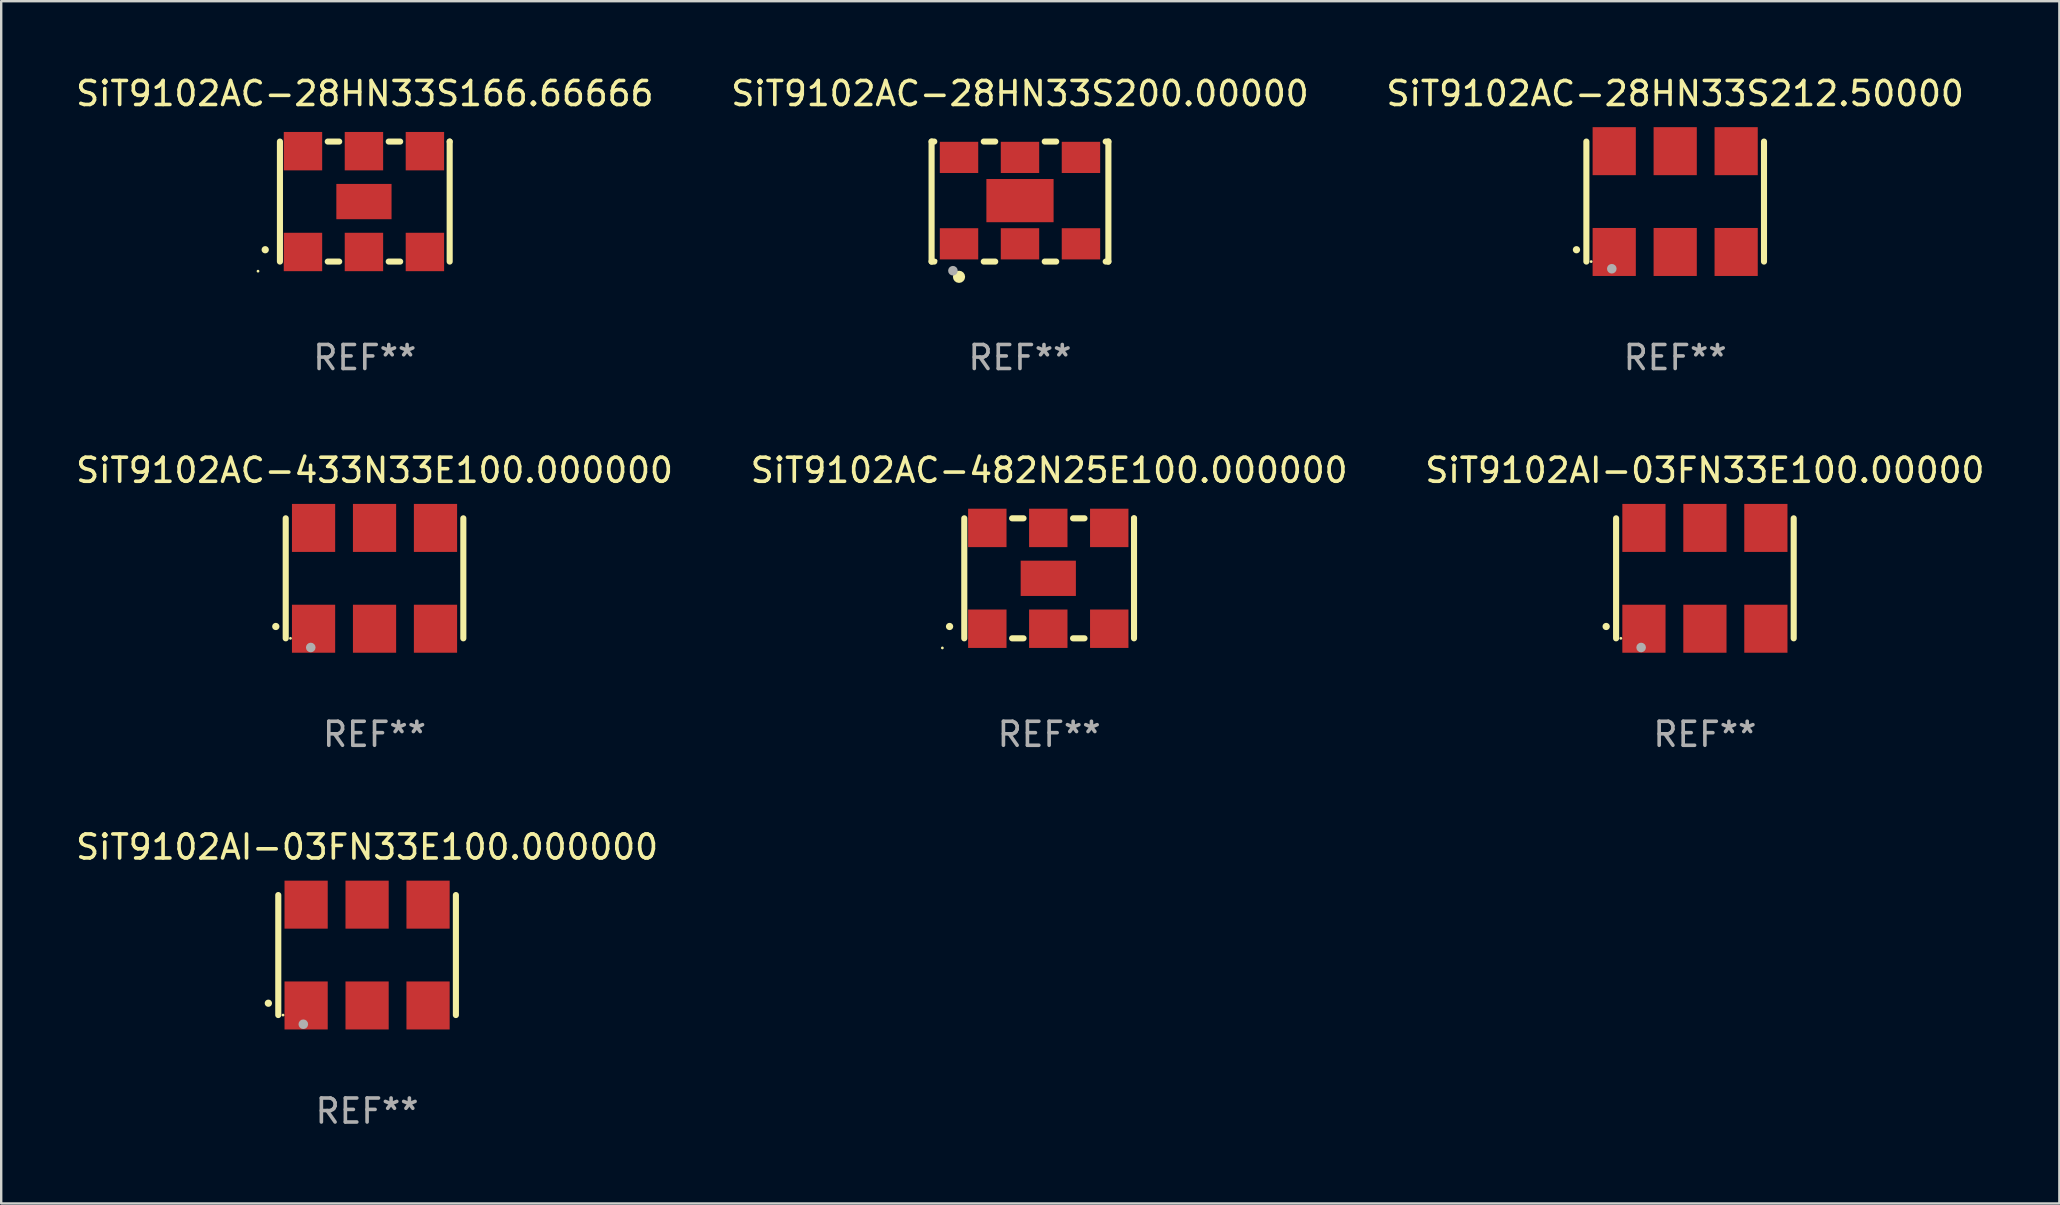
<source format=kicad_pcb>
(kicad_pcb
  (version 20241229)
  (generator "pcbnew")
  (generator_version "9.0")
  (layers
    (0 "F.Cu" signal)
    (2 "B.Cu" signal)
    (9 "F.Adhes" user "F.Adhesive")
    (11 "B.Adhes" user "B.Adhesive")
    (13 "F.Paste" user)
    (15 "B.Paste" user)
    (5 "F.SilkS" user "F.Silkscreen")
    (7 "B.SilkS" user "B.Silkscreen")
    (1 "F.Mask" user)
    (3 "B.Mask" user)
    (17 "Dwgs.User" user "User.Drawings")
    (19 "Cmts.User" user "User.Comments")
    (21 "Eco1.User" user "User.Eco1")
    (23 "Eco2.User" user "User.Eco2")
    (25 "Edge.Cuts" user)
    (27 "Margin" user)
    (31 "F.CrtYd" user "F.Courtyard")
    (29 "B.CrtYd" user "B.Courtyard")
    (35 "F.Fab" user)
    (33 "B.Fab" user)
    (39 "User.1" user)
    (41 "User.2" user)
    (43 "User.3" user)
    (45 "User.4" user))
  (footprint "SiT9102AC-28HN33S212.50000"
    (layer "F.Cu")
    (at 66.744 5.348)
    (property "Reference" "SiT9102AC-28HN33S212.50000" (at 0 -4.5 0) (layer "F.SilkS") (effects (font (size 1 1) (thickness 0.15))))
    (attr through_hole)
    (fp_line (start -3.7 -2.5) (end -3.7 2.5) (stroke (width 0.254) (type solid)) (layer "F.SilkS"))
    (fp_line (start 3.7 -2.5) (end 3.7 2.5) (stroke (width 0.254) (type solid)) (layer "F.SilkS"))
    (fp_arc (start -4.114415 2.006604) (mid -4.113145 2.006599) (end -4.111875 2.006604) (stroke (width 0.3) (type solid)) (layer "F.SilkS"))
    (fp_circle (center -3.5 2.501) (end -3.47 2.501) (stroke (width 0.06) (type solid)) (fill no) (layer "F.SilkS"))
    (fp_circle (center -2.641 2.799) (end -2.541 2.799) (stroke (width 0.2) (type solid)) (fill no) (layer "F.Fab"))
    (fp_text user "REF**" (at 0 6.5 0) (layer "F.Fab") (effects (font (size 1 1) (thickness 0.15))))
    (pad "1" smd rect (at -2.54 2.1) (size 1.8 2) (layers "F.Cu" "F.Mask" "F.Paste"))
    (pad "2" smd rect (at 0.000394 2.1) (size 1.8 2) (layers "F.Cu" "F.Mask" "F.Paste"))
    (pad "3" smd rect (at 2.54 2.1) (size 1.8 2) (layers "F.Cu" "F.Mask" "F.Paste"))
    (pad "4" smd rect (at 2.54 -2.1) (size 1.8 2) (layers "F.Cu" "F.Mask" "F.Paste"))
    (pad "5" smd rect (at 0.000394 -2.1) (size 1.8 2) (layers "F.Cu" "F.Mask" "F.Paste"))
    (pad "6" smd rect (at -2.54 -2.1) (size 1.8 2) (layers "F.Cu" "F.Mask" "F.Paste")))
  (footprint "SiT9102AI-03FN33E100.000000"
    (layer "F.Cu")
    (at 12.244 36.741)
    (property "Reference" "SiT9102AI-03FN33E100.000000" (at 0 -4.5 0) (layer "F.SilkS") (effects (font (size 1 1) (thickness 0.15))))
    (attr through_hole)
    (fp_line (start -3.7 -2.5) (end -3.7 2.5) (stroke (width 0.254) (type solid)) (layer "F.SilkS"))
    (fp_line (start 3.7 -2.5) (end 3.7 2.5) (stroke (width 0.254) (type solid)) (layer "F.SilkS"))
    (fp_arc (start -4.114415 2.006604) (mid -4.113145 2.006599) (end -4.111875 2.006604) (stroke (width 0.3) (type solid)) (layer "F.SilkS"))
    (fp_circle (center -3.502 2.5) (end -3.472 2.5) (stroke (width 0.06) (type solid)) (fill no) (layer "F.SilkS"))
    (fp_circle (center -2.657 2.882) (end -2.557 2.882) (stroke (width 0.2) (type solid)) (fill no) (layer "F.Fab"))
    (fp_text user "REF**" (at 0 6.5 0) (layer "F.Fab") (effects (font (size 1 1) (thickness 0.15))))
    (pad "1" smd rect (at -2.54 2.1) (size 1.8 2) (layers "F.Cu" "F.Mask" "F.Paste"))
    (pad "2" smd rect (at 0.000394 2.1) (size 1.8 2) (layers "F.Cu" "F.Mask" "F.Paste"))
    (pad "3" smd rect (at 2.54 2.1) (size 1.8 2) (layers "F.Cu" "F.Mask" "F.Paste"))
    (pad "4" smd rect (at 2.54 -2.1) (size 1.8 2) (layers "F.Cu" "F.Mask" "F.Paste"))
    (pad "5" smd rect (at 0.000394 -2.1) (size 1.8 2) (layers "F.Cu" "F.Mask" "F.Paste"))
    (pad "6" smd rect (at -2.54 -2.1) (size 1.8 2) (layers "F.Cu" "F.Mask" "F.Paste")))
  (footprint "SiT9102AC-28HN33S200.00000"
    (layer "F.Cu")
    (at 39.446 5.348)
    (property "Reference" "SiT9102AC-28HN33S200.00000" (at 0 -4.5 0) (layer "F.SilkS") (effects (font (size 1 1) (thickness 0.15))))
    (attr through_hole)
    (fp_line (start -3.683 -2.5) (end -3.571 -2.5) (stroke (width 0.254) (type solid)) (layer "F.SilkS"))
    (fp_line (start -3.683 2.5) (end -3.683 -2.5) (stroke (width 0.254) (type solid)) (layer "F.SilkS"))
    (fp_line (start -3.683 2.5) (end -3.571 2.5) (stroke (width 0.254) (type solid)) (layer "F.SilkS"))
    (fp_line (start -1.509 -2.5) (end -1.031 -2.5) (stroke (width 0.254) (type solid)) (layer "F.SilkS"))
    (fp_line (start -1.509 2.5) (end -1.031 2.5) (stroke (width 0.254) (type solid)) (layer "F.SilkS"))
    (fp_line (start 1.031 -2.5) (end 1.509 -2.5) (stroke (width 0.254) (type solid)) (layer "F.SilkS"))
    (fp_line (start 1.031 2.5) (end 1.509 2.5) (stroke (width 0.254) (type solid)) (layer "F.SilkS"))
    (fp_line (start 3.571 -2.5) (end 3.683 -2.5) (stroke (width 0.254) (type solid)) (layer "F.SilkS"))
    (fp_line (start 3.571 2.5) (end 3.683 2.5) (stroke (width 0.254) (type solid)) (layer "F.SilkS"))
    (fp_line (start 3.683 2.5) (end 3.683 -2.5) (stroke (width 0.254) (type solid)) (layer "F.SilkS"))
    (fp_circle (center -3.5 2.46) (end -3.47 2.46) (stroke (width 0.06) (type solid)) (fill no) (layer "F.SilkS"))
    (fp_circle (center -2.54 3.135) (end -2.413 3.135) (stroke (width 0.254) (type solid)) (fill no) (layer "F.SilkS"))
    (fp_circle (center -2.794 2.881) (end -2.694 2.881) (stroke (width 0.2) (type solid)) (fill no) (layer "F.Fab"))
    (fp_text user "REF**" (at 0 6.5 0) (layer "F.Fab") (effects (font (size 1 1) (thickness 0.15))))
    (pad "1" smd rect (at -2.54 1.76) (size 1.6 1.3) (layers "F.Cu" "F.Mask" "F.Paste"))
    (pad "2" smd rect (at 0 1.76) (size 1.6 1.3) (layers "F.Cu" "F.Mask" "F.Paste"))
    (pad "3" smd rect (at 2.54 1.76) (size 1.6 1.3) (layers "F.Cu" "F.Mask" "F.Paste"))
    (pad "4" smd rect (at 2.54 -1.84) (size 1.6 1.3) (layers "F.Cu" "F.Mask" "F.Paste"))
    (pad "5" smd rect (at 0 -1.84) (size 1.6 1.3) (layers "F.Cu" "F.Mask" "F.Paste"))
    (pad "6" smd rect (at -2.54 -1.84) (size 1.6 1.3) (layers "F.Cu" "F.Mask" "F.Paste"))
    (pad "7" smd rect (at 0 -0.04) (size 2.8 1.8) (layers "F.Cu" "F.Mask" "F.Paste")))
  (footprint "SiT9102AI-03FN33E100.00000"
    (layer "F.Cu")
    (at 67.982 21.045)
    (property "Reference" "SiT9102AI-03FN33E100.00000" (at 0 -4.5 0) (layer "F.SilkS") (effects (font (size 1 1) (thickness 0.15))))
    (attr through_hole)
    (fp_line (start -3.7 -2.5) (end -3.7 2.5) (stroke (width 0.254) (type solid)) (layer "F.SilkS"))
    (fp_line (start 3.7 -2.5) (end 3.7 2.5) (stroke (width 0.254) (type solid)) (layer "F.SilkS"))
    (fp_arc (start -4.114415 2.006604) (mid -4.113145 2.006599) (end -4.111875 2.006604) (stroke (width 0.3) (type solid)) (layer "F.SilkS"))
    (fp_circle (center -3.502 2.5) (end -3.472 2.5) (stroke (width 0.06) (type solid)) (fill no) (layer "F.SilkS"))
    (fp_circle (center -2.657 2.882) (end -2.557 2.882) (stroke (width 0.2) (type solid)) (fill no) (layer "F.Fab"))
    (fp_text user "REF**" (at 0 6.5 0) (layer "F.Fab") (effects (font (size 1 1) (thickness 0.15))))
    (pad "1" smd rect (at -2.54 2.1) (size 1.8 2) (layers "F.Cu" "F.Mask" "F.Paste"))
    (pad "2" smd rect (at 0.000394 2.1) (size 1.8 2) (layers "F.Cu" "F.Mask" "F.Paste"))
    (pad "3" smd rect (at 2.54 2.1) (size 1.8 2) (layers "F.Cu" "F.Mask" "F.Paste"))
    (pad "4" smd rect (at 2.54 -2.1) (size 1.8 2) (layers "F.Cu" "F.Mask" "F.Paste"))
    (pad "5" smd rect (at 0.000394 -2.1) (size 1.8 2) (layers "F.Cu" "F.Mask" "F.Paste"))
    (pad "6" smd rect (at -2.54 -2.1) (size 1.8 2) (layers "F.Cu" "F.Mask" "F.Paste")))
  (footprint "SiT9102AC-433N33E100.000000"
    (layer "F.Cu")
    (at 12.554 21.045)
    (property "Reference" "SiT9102AC-433N33E100.000000" (at 0 -4.5 0) (layer "F.SilkS") (effects (font (size 1 1) (thickness 0.15))))
    (attr through_hole)
    (fp_line (start -3.7 -2.5) (end -3.7 2.5) (stroke (width 0.254) (type solid)) (layer "F.SilkS"))
    (fp_line (start 3.7 -2.5) (end 3.7 2.5) (stroke (width 0.254) (type solid)) (layer "F.SilkS"))
    (fp_arc (start -4.114415 2.006604) (mid -4.113145 2.006599) (end -4.111875 2.006604) (stroke (width 0.3) (type solid)) (layer "F.SilkS"))
    (fp_circle (center -3.502 2.5) (end -3.472 2.5) (stroke (width 0.06) (type solid)) (fill no) (layer "F.SilkS"))
    (fp_circle (center -2.657 2.882) (end -2.557 2.882) (stroke (width 0.2) (type solid)) (fill no) (layer "F.Fab"))
    (fp_text user "REF**" (at 0 6.5 0) (layer "F.Fab") (effects (font (size 1 1) (thickness 0.15))))
    (pad "1" smd rect (at -2.54 2.1) (size 1.8 2) (layers "F.Cu" "F.Mask" "F.Paste"))
    (pad "2" smd rect (at 0.000394 2.1) (size 1.8 2) (layers "F.Cu" "F.Mask" "F.Paste"))
    (pad "3" smd rect (at 2.54 2.1) (size 1.8 2) (layers "F.Cu" "F.Mask" "F.Paste"))
    (pad "4" smd rect (at 2.54 -2.1) (size 1.8 2) (layers "F.Cu" "F.Mask" "F.Paste"))
    (pad "5" smd rect (at 0.000394 -2.1) (size 1.8 2) (layers "F.Cu" "F.Mask" "F.Paste"))
    (pad "6" smd rect (at -2.54 -2.1) (size 1.8 2) (layers "F.Cu" "F.Mask" "F.Paste")))
  (footprint "SiT9102AC-482N25E100.000000"
    (layer "F.Cu")
    (at 40.661 21.045)
    (property "Reference" "SiT9102AC-482N25E100.000000" (at 0 -4.5 0) (layer "F.SilkS") (effects (font (size 1 1) (thickness 0.15))))
    (attr through_hole)
    (fp_line (start -3.536 -2.5) (end -3.536 2.5) (stroke (width 0.254) (type solid)) (layer "F.SilkS"))
    (fp_line (start -1.544 2.5) (end -1.067 2.5) (stroke (width 0.254) (type solid)) (layer "F.SilkS"))
    (fp_line (start -1.067 -2.5) (end -1.544 -2.5) (stroke (width 0.254) (type solid)) (layer "F.SilkS"))
    (fp_line (start 0.996 2.5) (end 1.473 2.5) (stroke (width 0.254) (type solid)) (layer "F.SilkS"))
    (fp_line (start 1.473 -2.5) (end 0.996 -2.5) (stroke (width 0.254) (type solid)) (layer "F.SilkS"))
    (fp_line (start 3.536 -2.5) (end 3.536 -2.5) (stroke (width 0.254) (type solid)) (layer "F.SilkS"))
    (fp_line (start 3.536 2.5) (end 3.536 -2.5) (stroke (width 0.254) (type solid)) (layer "F.SilkS"))
    (fp_arc (start -4.150432 2.006604) (mid -4.149162 2.006599) (end -4.147892 2.006604) (stroke (width 0.3) (type solid)) (layer "F.SilkS"))
    (fp_circle (center -4.449 2.9) (end -4.419 2.9) (stroke (width 0.06) (type solid)) (fill no) (layer "F.SilkS"))
    (fp_text user "REF**" (at 0 6.5 0) (layer "F.Fab") (effects (font (size 1 1) (thickness 0.15))))
    (pad "1" smd rect (at -2.576 2.1) (size 1.6 1.6) (layers "F.Cu" "F.Mask" "F.Paste"))
    (pad "2" smd rect (at -0.036 2.1) (size 1.6 1.6) (layers "F.Cu" "F.Mask" "F.Paste"))
    (pad "3" smd rect (at 2.504 2.1) (size 1.6 1.6) (layers "F.Cu" "F.Mask" "F.Paste"))
    (pad "4" smd rect (at 2.504 -2.1) (size 1.6 1.6) (layers "F.Cu" "F.Mask" "F.Paste"))
    (pad "5" smd rect (at -0.036 -2.1) (size 1.6 1.6) (layers "F.Cu" "F.Mask" "F.Paste"))
    (pad "6" smd rect (at -2.576 -2.1) (size 1.6 1.6) (layers "F.Cu" "F.Mask" "F.Paste"))
    (pad "7" smd rect (at -0.036 0) (size 2.3 1.47) (layers "F.Cu" "F.Mask" "F.Paste")))
  (footprint "SiT9102AC-28HN33S166.66666"
    (layer "F.Cu")
    (at 12.149 5.348)
    (property "Reference" "SiT9102AC-28HN33S166.66666" (at 0 -4.5 0) (layer "F.SilkS") (effects (font (size 1 1) (thickness 0.15))))
    (attr through_hole)
    (fp_line (start -3.536 -2.5) (end -3.536 2.5) (stroke (width 0.254) (type solid)) (layer "F.SilkS"))
    (fp_line (start -1.544 2.5) (end -1.067 2.5) (stroke (width 0.254) (type solid)) (layer "F.SilkS"))
    (fp_line (start -1.067 -2.5) (end -1.544 -2.5) (stroke (width 0.254) (type solid)) (layer "F.SilkS"))
    (fp_line (start 0.996 2.5) (end 1.473 2.5) (stroke (width 0.254) (type solid)) (layer "F.SilkS"))
    (fp_line (start 1.473 -2.5) (end 0.996 -2.5) (stroke (width 0.254) (type solid)) (layer "F.SilkS"))
    (fp_line (start 3.536 -2.5) (end 3.536 -2.5) (stroke (width 0.254) (type solid)) (layer "F.SilkS"))
    (fp_line (start 3.536 2.5) (end 3.536 -2.5) (stroke (width 0.254) (type solid)) (layer "F.SilkS"))
    (fp_arc (start -4.150432 2.006604) (mid -4.149162 2.006599) (end -4.147892 2.006604) (stroke (width 0.3) (type solid)) (layer "F.SilkS"))
    (fp_circle (center -4.449 2.9) (end -4.419 2.9) (stroke (width 0.06) (type solid)) (fill no) (layer "F.SilkS"))
    (fp_text user "REF**" (at 0 6.5 0) (layer "F.Fab") (effects (font (size 1 1) (thickness 0.15))))
    (pad "1" smd rect (at -2.576 2.1) (size 1.6 1.6) (layers "F.Cu" "F.Mask" "F.Paste"))
    (pad "2" smd rect (at -0.036 2.1) (size 1.6 1.6) (layers "F.Cu" "F.Mask" "F.Paste"))
    (pad "3" smd rect (at 2.504 2.1) (size 1.6 1.6) (layers "F.Cu" "F.Mask" "F.Paste"))
    (pad "4" smd rect (at 2.504 -2.1) (size 1.6 1.6) (layers "F.Cu" "F.Mask" "F.Paste"))
    (pad "5" smd rect (at -0.036 -2.1) (size 1.6 1.6) (layers "F.Cu" "F.Mask" "F.Paste"))
    (pad "6" smd rect (at -2.576 -2.1) (size 1.6 1.6) (layers "F.Cu" "F.Mask" "F.Paste"))
    (pad "7" smd rect (at -0.036 0) (size 2.3 1.47) (layers "F.Cu" "F.Mask" "F.Paste")))
  (gr_rect
    (start -3 -3)
    (end 82.75 47.09)
    (stroke (width 0.1) (type default))
    (fill no)
    (layer "Edge.Cuts")))
</source>
